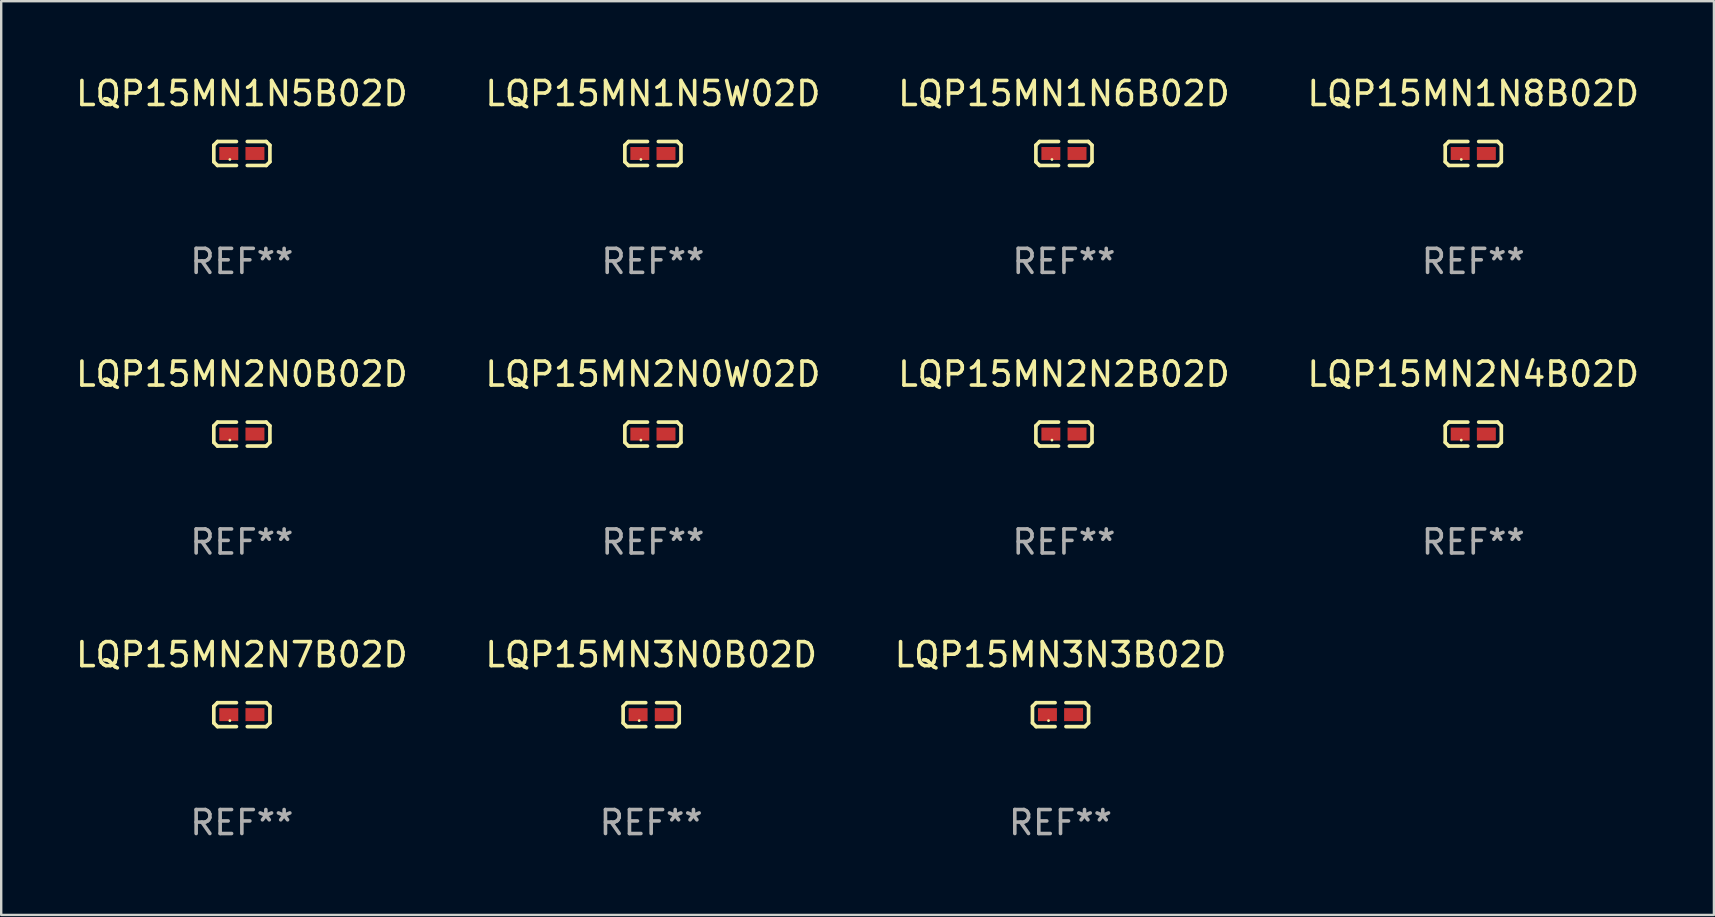
<source format=kicad_pcb>
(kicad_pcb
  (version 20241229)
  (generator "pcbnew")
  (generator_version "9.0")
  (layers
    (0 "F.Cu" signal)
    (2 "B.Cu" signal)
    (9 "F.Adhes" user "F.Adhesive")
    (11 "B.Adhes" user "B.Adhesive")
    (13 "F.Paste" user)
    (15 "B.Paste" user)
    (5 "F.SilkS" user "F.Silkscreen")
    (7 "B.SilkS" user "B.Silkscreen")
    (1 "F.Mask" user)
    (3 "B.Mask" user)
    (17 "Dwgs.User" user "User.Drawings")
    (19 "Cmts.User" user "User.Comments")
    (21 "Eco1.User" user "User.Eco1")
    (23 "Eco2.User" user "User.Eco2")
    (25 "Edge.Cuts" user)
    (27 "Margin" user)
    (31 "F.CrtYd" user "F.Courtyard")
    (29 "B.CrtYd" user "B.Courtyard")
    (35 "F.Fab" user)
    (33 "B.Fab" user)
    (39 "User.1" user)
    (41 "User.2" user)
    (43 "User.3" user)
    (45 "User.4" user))
  (footprint "LQP15MN1N8B02D"
    (layer "F.Cu")
    (at 58.351 3.347)
    (property "Reference" "LQP15MN1N8B02D" (at 0 -2.499 0) (layer "F.SilkS") (effects (font (size 1 1) (thickness 0.15))))
    (attr through_hole)
    (fp_line (start -1.169 -0.346) (end -1.016 -0.499) (stroke (width 0.152) (type solid)) (layer "F.SilkS"))
    (fp_line (start -1.169 0.346) (end -1.169 -0.346) (stroke (width 0.152) (type solid)) (layer "F.SilkS"))
    (fp_line (start -1.016 -0.499) (end -0.226 -0.499) (stroke (width 0.152) (type solid)) (layer "F.SilkS"))
    (fp_line (start -1.016 0.499) (end -1.169 0.346) (stroke (width 0.152) (type solid)) (layer "F.SilkS"))
    (fp_line (start -0.226 0.499) (end -1.016 0.499) (stroke (width 0.152) (type solid)) (layer "F.SilkS"))
    (fp_line (start 0.226 0.499) (end 1.016 0.499) (stroke (width 0.152) (type solid)) (layer "F.SilkS"))
    (fp_line (start 1.016 -0.499) (end 0.226 -0.499) (stroke (width 0.152) (type solid)) (layer "F.SilkS"))
    (fp_line (start 1.016 0.499) (end 1.169 0.346) (stroke (width 0.152) (type solid)) (layer "F.SilkS"))
    (fp_line (start 1.169 -0.346) (end 1.016 -0.499) (stroke (width 0.152) (type solid)) (layer "F.SilkS"))
    (fp_line (start 1.169 0.346) (end 1.169 -0.346) (stroke (width 0.152) (type solid)) (layer "F.SilkS"))
    (fp_circle (center -0.5 0.25) (end -0.47 0.25) (stroke (width 0.06) (type solid)) (fill no) (layer "F.SilkS"))
    (fp_text user "REF**" (at 0 4.499 0) (layer "F.Fab") (effects (font (size 1 1) (thickness 0.15))))
    (pad "1" smd rect (at -0.545 0) (size 0.79 0.54) (layers "F.Cu" "F.Mask" "F.Paste"))
    (pad "2" smd rect (at 0.545 0) (size 0.79 0.54) (layers "F.Cu" "F.Mask" "F.Paste")))
  (footprint "LQP15MN3N3B02D"
    (layer "F.Cu")
    (at 41.149 26.734)
    (property "Reference" "LQP15MN3N3B02D" (at 0 -2.499 0) (layer "F.SilkS") (effects (font (size 1 1) (thickness 0.15))))
    (attr through_hole)
    (fp_line (start -1.169 -0.346) (end -1.016 -0.499) (stroke (width 0.152) (type solid)) (layer "F.SilkS"))
    (fp_line (start -1.169 0.346) (end -1.169 -0.346) (stroke (width 0.152) (type solid)) (layer "F.SilkS"))
    (fp_line (start -1.016 -0.499) (end -0.226 -0.499) (stroke (width 0.152) (type solid)) (layer "F.SilkS"))
    (fp_line (start -1.016 0.499) (end -1.169 0.346) (stroke (width 0.152) (type solid)) (layer "F.SilkS"))
    (fp_line (start -0.226 0.499) (end -1.016 0.499) (stroke (width 0.152) (type solid)) (layer "F.SilkS"))
    (fp_line (start 0.226 0.499) (end 1.016 0.499) (stroke (width 0.152) (type solid)) (layer "F.SilkS"))
    (fp_line (start 1.016 -0.499) (end 0.226 -0.499) (stroke (width 0.152) (type solid)) (layer "F.SilkS"))
    (fp_line (start 1.016 0.499) (end 1.169 0.346) (stroke (width 0.152) (type solid)) (layer "F.SilkS"))
    (fp_line (start 1.169 -0.346) (end 1.016 -0.499) (stroke (width 0.152) (type solid)) (layer "F.SilkS"))
    (fp_line (start 1.169 0.346) (end 1.169 -0.346) (stroke (width 0.152) (type solid)) (layer "F.SilkS"))
    (fp_circle (center -0.5 0.25) (end -0.47 0.25) (stroke (width 0.06) (type solid)) (fill no) (layer "F.SilkS"))
    (fp_text user "REF**" (at 0 4.499 0) (layer "F.Fab") (effects (font (size 1 1) (thickness 0.15))))
    (pad "1" smd rect (at -0.545 0) (size 0.79 0.54) (layers "F.Cu" "F.Mask" "F.Paste"))
    (pad "2" smd rect (at 0.545 0) (size 0.79 0.54) (layers "F.Cu" "F.Mask" "F.Paste")))
  (footprint "LQP15MN2N7B02D"
    (layer "F.Cu")
    (at 7.03 26.734)
    (property "Reference" "LQP15MN2N7B02D" (at 0 -2.499 0) (layer "F.SilkS") (effects (font (size 1 1) (thickness 0.15))))
    (attr through_hole)
    (fp_line (start -1.169 -0.346) (end -1.016 -0.499) (stroke (width 0.152) (type solid)) (layer "F.SilkS"))
    (fp_line (start -1.169 0.346) (end -1.169 -0.346) (stroke (width 0.152) (type solid)) (layer "F.SilkS"))
    (fp_line (start -1.016 -0.499) (end -0.226 -0.499) (stroke (width 0.152) (type solid)) (layer "F.SilkS"))
    (fp_line (start -1.016 0.499) (end -1.169 0.346) (stroke (width 0.152) (type solid)) (layer "F.SilkS"))
    (fp_line (start -0.226 0.499) (end -1.016 0.499) (stroke (width 0.152) (type solid)) (layer "F.SilkS"))
    (fp_line (start 0.226 0.499) (end 1.016 0.499) (stroke (width 0.152) (type solid)) (layer "F.SilkS"))
    (fp_line (start 1.016 -0.499) (end 0.226 -0.499) (stroke (width 0.152) (type solid)) (layer "F.SilkS"))
    (fp_line (start 1.016 0.499) (end 1.169 0.346) (stroke (width 0.152) (type solid)) (layer "F.SilkS"))
    (fp_line (start 1.169 -0.346) (end 1.016 -0.499) (stroke (width 0.152) (type solid)) (layer "F.SilkS"))
    (fp_line (start 1.169 0.346) (end 1.169 -0.346) (stroke (width 0.152) (type solid)) (layer "F.SilkS"))
    (fp_circle (center -0.5 0.25) (end -0.47 0.25) (stroke (width 0.06) (type solid)) (fill no) (layer "F.SilkS"))
    (fp_text user "REF**" (at 0 4.499 0) (layer "F.Fab") (effects (font (size 1 1) (thickness 0.15))))
    (pad "1" smd rect (at -0.545 0) (size 0.79 0.54) (layers "F.Cu" "F.Mask" "F.Paste"))
    (pad "2" smd rect (at 0.545 0) (size 0.79 0.54) (layers "F.Cu" "F.Mask" "F.Paste")))
  (footprint "LQP15MN1N5W02D"
    (layer "F.Cu")
    (at 24.161 3.347)
    (property "Reference" "LQP15MN1N5W02D" (at 0 -2.499 0) (layer "F.SilkS") (effects (font (size 1 1) (thickness 0.15))))
    (attr through_hole)
    (fp_line (start -1.169 -0.346) (end -1.016 -0.499) (stroke (width 0.152) (type solid)) (layer "F.SilkS"))
    (fp_line (start -1.169 0.346) (end -1.169 -0.346) (stroke (width 0.152) (type solid)) (layer "F.SilkS"))
    (fp_line (start -1.016 -0.499) (end -0.226 -0.499) (stroke (width 0.152) (type solid)) (layer "F.SilkS"))
    (fp_line (start -1.016 0.499) (end -1.169 0.346) (stroke (width 0.152) (type solid)) (layer "F.SilkS"))
    (fp_line (start -0.226 0.499) (end -1.016 0.499) (stroke (width 0.152) (type solid)) (layer "F.SilkS"))
    (fp_line (start 0.226 0.499) (end 1.016 0.499) (stroke (width 0.152) (type solid)) (layer "F.SilkS"))
    (fp_line (start 1.016 -0.499) (end 0.226 -0.499) (stroke (width 0.152) (type solid)) (layer "F.SilkS"))
    (fp_line (start 1.016 0.499) (end 1.169 0.346) (stroke (width 0.152) (type solid)) (layer "F.SilkS"))
    (fp_line (start 1.169 -0.346) (end 1.016 -0.499) (stroke (width 0.152) (type solid)) (layer "F.SilkS"))
    (fp_line (start 1.169 0.346) (end 1.169 -0.346) (stroke (width 0.152) (type solid)) (layer "F.SilkS"))
    (fp_circle (center -0.5 0.25) (end -0.47 0.25) (stroke (width 0.06) (type solid)) (fill no) (layer "F.SilkS"))
    (fp_text user "REF**" (at 0 4.499 0) (layer "F.Fab") (effects (font (size 1 1) (thickness 0.15))))
    (pad "1" smd rect (at -0.545 0) (size 0.79 0.54) (layers "F.Cu" "F.Mask" "F.Paste"))
    (pad "2" smd rect (at 0.545 0) (size 0.79 0.54) (layers "F.Cu" "F.Mask" "F.Paste")))
  (footprint "LQP15MN3N0B02D"
    (layer "F.Cu")
    (at 24.089 26.734)
    (property "Reference" "LQP15MN3N0B02D" (at 0 -2.499 0) (layer "F.SilkS") (effects (font (size 1 1) (thickness 0.15))))
    (attr through_hole)
    (fp_line (start -1.169 -0.346) (end -1.016 -0.499) (stroke (width 0.152) (type solid)) (layer "F.SilkS"))
    (fp_line (start -1.169 0.346) (end -1.169 -0.346) (stroke (width 0.152) (type solid)) (layer "F.SilkS"))
    (fp_line (start -1.016 -0.499) (end -0.226 -0.499) (stroke (width 0.152) (type solid)) (layer "F.SilkS"))
    (fp_line (start -1.016 0.499) (end -1.169 0.346) (stroke (width 0.152) (type solid)) (layer "F.SilkS"))
    (fp_line (start -0.226 0.499) (end -1.016 0.499) (stroke (width 0.152) (type solid)) (layer "F.SilkS"))
    (fp_line (start 0.226 0.499) (end 1.016 0.499) (stroke (width 0.152) (type solid)) (layer "F.SilkS"))
    (fp_line (start 1.016 -0.499) (end 0.226 -0.499) (stroke (width 0.152) (type solid)) (layer "F.SilkS"))
    (fp_line (start 1.016 0.499) (end 1.169 0.346) (stroke (width 0.152) (type solid)) (layer "F.SilkS"))
    (fp_line (start 1.169 -0.346) (end 1.016 -0.499) (stroke (width 0.152) (type solid)) (layer "F.SilkS"))
    (fp_line (start 1.169 0.346) (end 1.169 -0.346) (stroke (width 0.152) (type solid)) (layer "F.SilkS"))
    (fp_circle (center -0.5 0.25) (end -0.47 0.25) (stroke (width 0.06) (type solid)) (fill no) (layer "F.SilkS"))
    (fp_text user "REF**" (at 0 4.499 0) (layer "F.Fab") (effects (font (size 1 1) (thickness 0.15))))
    (pad "1" smd rect (at -0.545 0) (size 0.79 0.54) (layers "F.Cu" "F.Mask" "F.Paste"))
    (pad "2" smd rect (at 0.545 0) (size 0.79 0.54) (layers "F.Cu" "F.Mask" "F.Paste")))
  (footprint "LQP15MN2N0B02D"
    (layer "F.Cu")
    (at 7.03 15.041)
    (property "Reference" "LQP15MN2N0B02D" (at 0 -2.499 0) (layer "F.SilkS") (effects (font (size 1 1) (thickness 0.15))))
    (attr through_hole)
    (fp_line (start -1.169 -0.346) (end -1.016 -0.499) (stroke (width 0.152) (type solid)) (layer "F.SilkS"))
    (fp_line (start -1.169 0.346) (end -1.169 -0.346) (stroke (width 0.152) (type solid)) (layer "F.SilkS"))
    (fp_line (start -1.016 -0.499) (end -0.226 -0.499) (stroke (width 0.152) (type solid)) (layer "F.SilkS"))
    (fp_line (start -1.016 0.499) (end -1.169 0.346) (stroke (width 0.152) (type solid)) (layer "F.SilkS"))
    (fp_line (start -0.226 0.499) (end -1.016 0.499) (stroke (width 0.152) (type solid)) (layer "F.SilkS"))
    (fp_line (start 0.226 0.499) (end 1.016 0.499) (stroke (width 0.152) (type solid)) (layer "F.SilkS"))
    (fp_line (start 1.016 -0.499) (end 0.226 -0.499) (stroke (width 0.152) (type solid)) (layer "F.SilkS"))
    (fp_line (start 1.016 0.499) (end 1.169 0.346) (stroke (width 0.152) (type solid)) (layer "F.SilkS"))
    (fp_line (start 1.169 -0.346) (end 1.016 -0.499) (stroke (width 0.152) (type solid)) (layer "F.SilkS"))
    (fp_line (start 1.169 0.346) (end 1.169 -0.346) (stroke (width 0.152) (type solid)) (layer "F.SilkS"))
    (fp_circle (center -0.5 0.25) (end -0.47 0.25) (stroke (width 0.06) (type solid)) (fill no) (layer "F.SilkS"))
    (fp_text user "REF**" (at 0 4.499 0) (layer "F.Fab") (effects (font (size 1 1) (thickness 0.15))))
    (pad "1" smd rect (at -0.545 0) (size 0.79 0.54) (layers "F.Cu" "F.Mask" "F.Paste"))
    (pad "2" smd rect (at 0.545 0) (size 0.79 0.54) (layers "F.Cu" "F.Mask" "F.Paste")))
  (footprint "LQP15MN2N0W02D"
    (layer "F.Cu")
    (at 24.161 15.041)
    (property "Reference" "LQP15MN2N0W02D" (at 0 -2.499 0) (layer "F.SilkS") (effects (font (size 1 1) (thickness 0.15))))
    (attr through_hole)
    (fp_line (start -1.169 -0.346) (end -1.016 -0.499) (stroke (width 0.152) (type solid)) (layer "F.SilkS"))
    (fp_line (start -1.169 0.346) (end -1.169 -0.346) (stroke (width 0.152) (type solid)) (layer "F.SilkS"))
    (fp_line (start -1.016 -0.499) (end -0.226 -0.499) (stroke (width 0.152) (type solid)) (layer "F.SilkS"))
    (fp_line (start -1.016 0.499) (end -1.169 0.346) (stroke (width 0.152) (type solid)) (layer "F.SilkS"))
    (fp_line (start -0.226 0.499) (end -1.016 0.499) (stroke (width 0.152) (type solid)) (layer "F.SilkS"))
    (fp_line (start 0.226 0.499) (end 1.016 0.499) (stroke (width 0.152) (type solid)) (layer "F.SilkS"))
    (fp_line (start 1.016 -0.499) (end 0.226 -0.499) (stroke (width 0.152) (type solid)) (layer "F.SilkS"))
    (fp_line (start 1.016 0.499) (end 1.169 0.346) (stroke (width 0.152) (type solid)) (layer "F.SilkS"))
    (fp_line (start 1.169 -0.346) (end 1.016 -0.499) (stroke (width 0.152) (type solid)) (layer "F.SilkS"))
    (fp_line (start 1.169 0.346) (end 1.169 -0.346) (stroke (width 0.152) (type solid)) (layer "F.SilkS"))
    (fp_circle (center -0.5 0.25) (end -0.47 0.25) (stroke (width 0.06) (type solid)) (fill no) (layer "F.SilkS"))
    (fp_text user "REF**" (at 0 4.499 0) (layer "F.Fab") (effects (font (size 1 1) (thickness 0.15))))
    (pad "1" smd rect (at -0.545 0) (size 0.79 0.54) (layers "F.Cu" "F.Mask" "F.Paste"))
    (pad "2" smd rect (at 0.545 0) (size 0.79 0.54) (layers "F.Cu" "F.Mask" "F.Paste")))
  (footprint "LQP15MN1N5B02D"
    (layer "F.Cu")
    (at 7.03 3.347)
    (property "Reference" "LQP15MN1N5B02D" (at 0 -2.499 0) (layer "F.SilkS") (effects (font (size 1 1) (thickness 0.15))))
    (attr through_hole)
    (fp_line (start -1.169 -0.346) (end -1.016 -0.499) (stroke (width 0.152) (type solid)) (layer "F.SilkS"))
    (fp_line (start -1.169 0.346) (end -1.169 -0.346) (stroke (width 0.152) (type solid)) (layer "F.SilkS"))
    (fp_line (start -1.016 -0.499) (end -0.226 -0.499) (stroke (width 0.152) (type solid)) (layer "F.SilkS"))
    (fp_line (start -1.016 0.499) (end -1.169 0.346) (stroke (width 0.152) (type solid)) (layer "F.SilkS"))
    (fp_line (start -0.226 0.499) (end -1.016 0.499) (stroke (width 0.152) (type solid)) (layer "F.SilkS"))
    (fp_line (start 0.226 0.499) (end 1.016 0.499) (stroke (width 0.152) (type solid)) (layer "F.SilkS"))
    (fp_line (start 1.016 -0.499) (end 0.226 -0.499) (stroke (width 0.152) (type solid)) (layer "F.SilkS"))
    (fp_line (start 1.016 0.499) (end 1.169 0.346) (stroke (width 0.152) (type solid)) (layer "F.SilkS"))
    (fp_line (start 1.169 -0.346) (end 1.016 -0.499) (stroke (width 0.152) (type solid)) (layer "F.SilkS"))
    (fp_line (start 1.169 0.346) (end 1.169 -0.346) (stroke (width 0.152) (type solid)) (layer "F.SilkS"))
    (fp_circle (center -0.5 0.25) (end -0.47 0.25) (stroke (width 0.06) (type solid)) (fill no) (layer "F.SilkS"))
    (fp_text user "REF**" (at 0 4.499 0) (layer "F.Fab") (effects (font (size 1 1) (thickness 0.15))))
    (pad "1" smd rect (at -0.545 0) (size 0.79 0.54) (layers "F.Cu" "F.Mask" "F.Paste"))
    (pad "2" smd rect (at 0.545 0) (size 0.79 0.54) (layers "F.Cu" "F.Mask" "F.Paste")))
  (footprint "LQP15MN1N6B02D"
    (layer "F.Cu")
    (at 41.292 3.347)
    (property "Reference" "LQP15MN1N6B02D" (at 0 -2.499 0) (layer "F.SilkS") (effects (font (size 1 1) (thickness 0.15))))
    (attr through_hole)
    (fp_line (start -1.169 -0.346) (end -1.016 -0.499) (stroke (width 0.152) (type solid)) (layer "F.SilkS"))
    (fp_line (start -1.169 0.346) (end -1.169 -0.346) (stroke (width 0.152) (type solid)) (layer "F.SilkS"))
    (fp_line (start -1.016 -0.499) (end -0.226 -0.499) (stroke (width 0.152) (type solid)) (layer "F.SilkS"))
    (fp_line (start -1.016 0.499) (end -1.169 0.346) (stroke (width 0.152) (type solid)) (layer "F.SilkS"))
    (fp_line (start -0.226 0.499) (end -1.016 0.499) (stroke (width 0.152) (type solid)) (layer "F.SilkS"))
    (fp_line (start 0.226 0.499) (end 1.016 0.499) (stroke (width 0.152) (type solid)) (layer "F.SilkS"))
    (fp_line (start 1.016 -0.499) (end 0.226 -0.499) (stroke (width 0.152) (type solid)) (layer "F.SilkS"))
    (fp_line (start 1.016 0.499) (end 1.169 0.346) (stroke (width 0.152) (type solid)) (layer "F.SilkS"))
    (fp_line (start 1.169 -0.346) (end 1.016 -0.499) (stroke (width 0.152) (type solid)) (layer "F.SilkS"))
    (fp_line (start 1.169 0.346) (end 1.169 -0.346) (stroke (width 0.152) (type solid)) (layer "F.SilkS"))
    (fp_circle (center -0.5 0.25) (end -0.47 0.25) (stroke (width 0.06) (type solid)) (fill no) (layer "F.SilkS"))
    (fp_text user "REF**" (at 0 4.499 0) (layer "F.Fab") (effects (font (size 1 1) (thickness 0.15))))
    (pad "1" smd rect (at -0.545 0) (size 0.79 0.54) (layers "F.Cu" "F.Mask" "F.Paste"))
    (pad "2" smd rect (at 0.545 0) (size 0.79 0.54) (layers "F.Cu" "F.Mask" "F.Paste")))
  (footprint "LQP15MN2N2B02D"
    (layer "F.Cu")
    (at 41.292 15.041)
    (property "Reference" "LQP15MN2N2B02D" (at 0 -2.499 0) (layer "F.SilkS") (effects (font (size 1 1) (thickness 0.15))))
    (attr through_hole)
    (fp_line (start -1.169 -0.346) (end -1.016 -0.499) (stroke (width 0.152) (type solid)) (layer "F.SilkS"))
    (fp_line (start -1.169 0.346) (end -1.169 -0.346) (stroke (width 0.152) (type solid)) (layer "F.SilkS"))
    (fp_line (start -1.016 -0.499) (end -0.226 -0.499) (stroke (width 0.152) (type solid)) (layer "F.SilkS"))
    (fp_line (start -1.016 0.499) (end -1.169 0.346) (stroke (width 0.152) (type solid)) (layer "F.SilkS"))
    (fp_line (start -0.226 0.499) (end -1.016 0.499) (stroke (width 0.152) (type solid)) (layer "F.SilkS"))
    (fp_line (start 0.226 0.499) (end 1.016 0.499) (stroke (width 0.152) (type solid)) (layer "F.SilkS"))
    (fp_line (start 1.016 -0.499) (end 0.226 -0.499) (stroke (width 0.152) (type solid)) (layer "F.SilkS"))
    (fp_line (start 1.016 0.499) (end 1.169 0.346) (stroke (width 0.152) (type solid)) (layer "F.SilkS"))
    (fp_line (start 1.169 -0.346) (end 1.016 -0.499) (stroke (width 0.152) (type solid)) (layer "F.SilkS"))
    (fp_line (start 1.169 0.346) (end 1.169 -0.346) (stroke (width 0.152) (type solid)) (layer "F.SilkS"))
    (fp_circle (center -0.5 0.25) (end -0.47 0.25) (stroke (width 0.06) (type solid)) (fill no) (layer "F.SilkS"))
    (fp_text user "REF**" (at 0 4.499 0) (layer "F.Fab") (effects (font (size 1 1) (thickness 0.15))))
    (pad "1" smd rect (at -0.545 0) (size 0.79 0.54) (layers "F.Cu" "F.Mask" "F.Paste"))
    (pad "2" smd rect (at 0.545 0) (size 0.79 0.54) (layers "F.Cu" "F.Mask" "F.Paste")))
  (footprint "LQP15MN2N4B02D"
    (layer "F.Cu")
    (at 58.351 15.041)
    (property "Reference" "LQP15MN2N4B02D" (at 0 -2.499 0) (layer "F.SilkS") (effects (font (size 1 1) (thickness 0.15))))
    (attr through_hole)
    (fp_line (start -1.169 -0.346) (end -1.016 -0.499) (stroke (width 0.152) (type solid)) (layer "F.SilkS"))
    (fp_line (start -1.169 0.346) (end -1.169 -0.346) (stroke (width 0.152) (type solid)) (layer "F.SilkS"))
    (fp_line (start -1.016 -0.499) (end -0.226 -0.499) (stroke (width 0.152) (type solid)) (layer "F.SilkS"))
    (fp_line (start -1.016 0.499) (end -1.169 0.346) (stroke (width 0.152) (type solid)) (layer "F.SilkS"))
    (fp_line (start -0.226 0.499) (end -1.016 0.499) (stroke (width 0.152) (type solid)) (layer "F.SilkS"))
    (fp_line (start 0.226 0.499) (end 1.016 0.499) (stroke (width 0.152) (type solid)) (layer "F.SilkS"))
    (fp_line (start 1.016 -0.499) (end 0.226 -0.499) (stroke (width 0.152) (type solid)) (layer "F.SilkS"))
    (fp_line (start 1.016 0.499) (end 1.169 0.346) (stroke (width 0.152) (type solid)) (layer "F.SilkS"))
    (fp_line (start 1.169 -0.346) (end 1.016 -0.499) (stroke (width 0.152) (type solid)) (layer "F.SilkS"))
    (fp_line (start 1.169 0.346) (end 1.169 -0.346) (stroke (width 0.152) (type solid)) (layer "F.SilkS"))
    (fp_circle (center -0.5 0.25) (end -0.47 0.25) (stroke (width 0.06) (type solid)) (fill no) (layer "F.SilkS"))
    (fp_text user "REF**" (at 0 4.499 0) (layer "F.Fab") (effects (font (size 1 1) (thickness 0.15))))
    (pad "1" smd rect (at -0.545 0) (size 0.79 0.54) (layers "F.Cu" "F.Mask" "F.Paste"))
    (pad "2" smd rect (at 0.545 0) (size 0.79 0.54) (layers "F.Cu" "F.Mask" "F.Paste")))
  (gr_rect
    (start -3 -3)
    (end 68.381 35.081)
    (stroke (width 0.1) (type default))
    (fill no)
    (layer "Edge.Cuts")))
</source>
